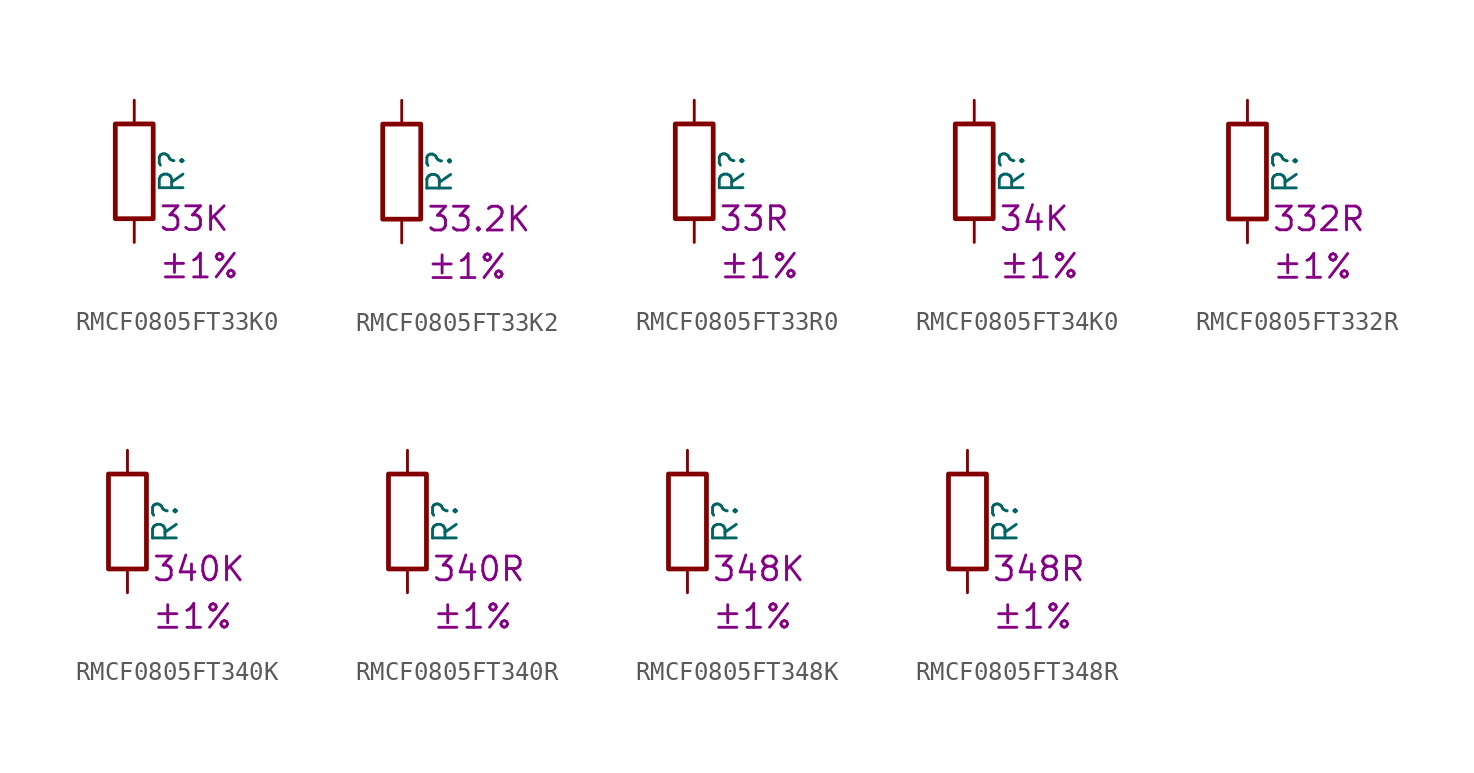
<source format=kicad_sym>
(kicad_symbol_lib
  (version 20220914)
  (generator kicad_symbol_editor)
  (symbol "RMCF0805FT33K0"
    (pin_numbers hide)
    (pin_names
      (offset 0))
    (property "Reference" "R"
      (at 2.032 0 90)
      (effects (font (size 1.27 1.27))))
    (property "Resistance" "33K"
      (at 1.27 -2.54 0)
      (effects (font (size 1.27 1.27)) (justify left)))
    (property "Tolerance" "±1%"
      (at 1.27 -5.08 0)
      (effects (font (size 1.27 1.27)) (justify left)))
    (symbol "RMCF0805FT33K0_0_1"
      (rectangle (start -1.016 -2.54) (end 1.016 2.54) (stroke (width 0.254) (type default)) (fill (type none))))
    (symbol "RMCF0805FT33K0_1_1"
      (pin passive line (at 0 3.81 270) (length 1.27) (name "~" (effects (font (size 1.27 1.27)))) (number "1" (effects (font (size 1.27 1.27)))))
      (pin passive line (at 0 -3.81 90) (length 1.27) (name "~" (effects (font (size 1.27 1.27)))) (number "2" (effects (font (size 1.27 1.27)))))))
  (symbol "RMCF0805FT33K2"
    (pin_numbers hide)
    (pin_names
      (offset 0))
    (property "Reference" "R"
      (at 2.032 0 90)
      (effects (font (size 1.27 1.27))))
    (property "Resistance" "33.2K"
      (at 1.27 -2.54 0)
      (effects (font (size 1.27 1.27)) (justify left)))
    (property "Tolerance" "±1%"
      (at 1.27 -5.08 0)
      (effects (font (size 1.27 1.27)) (justify left)))
    (symbol "RMCF0805FT33K2_0_1"
      (rectangle (start -1.016 -2.54) (end 1.016 2.54) (stroke (width 0.254) (type default)) (fill (type none))))
    (symbol "RMCF0805FT33K2_1_1"
      (pin passive line (at 0 3.81 270) (length 1.27) (name "~" (effects (font (size 1.27 1.27)))) (number "1" (effects (font (size 1.27 1.27)))))
      (pin passive line (at 0 -3.81 90) (length 1.27) (name "~" (effects (font (size 1.27 1.27)))) (number "2" (effects (font (size 1.27 1.27)))))))
  (symbol "RMCF0805FT33R0"
    (pin_numbers hide)
    (pin_names
      (offset 0))
    (property "Reference" "R"
      (at 2.032 0 90)
      (effects (font (size 1.27 1.27))))
    (property "Resistance" "33R"
      (at 1.27 -2.54 0)
      (effects (font (size 1.27 1.27)) (justify left)))
    (property "Tolerance" "±1%"
      (at 1.27 -5.08 0)
      (effects (font (size 1.27 1.27)) (justify left)))
    (symbol "RMCF0805FT33R0_0_1"
      (rectangle (start -1.016 -2.54) (end 1.016 2.54) (stroke (width 0.254) (type default)) (fill (type none))))
    (symbol "RMCF0805FT33R0_1_1"
      (pin passive line (at 0 3.81 270) (length 1.27) (name "~" (effects (font (size 1.27 1.27)))) (number "1" (effects (font (size 1.27 1.27)))))
      (pin passive line (at 0 -3.81 90) (length 1.27) (name "~" (effects (font (size 1.27 1.27)))) (number "2" (effects (font (size 1.27 1.27)))))))
  (symbol "RMCF0805FT34K0"
    (pin_numbers hide)
    (pin_names
      (offset 0))
    (property "Reference" "R"
      (at 2.032 0 90)
      (effects (font (size 1.27 1.27))))
    (property "Resistance" "34K"
      (at 1.27 -2.54 0)
      (effects (font (size 1.27 1.27)) (justify left)))
    (property "Tolerance" "±1%"
      (at 1.27 -5.08 0)
      (effects (font (size 1.27 1.27)) (justify left)))
    (symbol "RMCF0805FT34K0_0_1"
      (rectangle (start -1.016 -2.54) (end 1.016 2.54) (stroke (width 0.254) (type default)) (fill (type none))))
    (symbol "RMCF0805FT34K0_1_1"
      (pin passive line (at 0 3.81 270) (length 1.27) (name "~" (effects (font (size 1.27 1.27)))) (number "1" (effects (font (size 1.27 1.27)))))
      (pin passive line (at 0 -3.81 90) (length 1.27) (name "~" (effects (font (size 1.27 1.27)))) (number "2" (effects (font (size 1.27 1.27)))))))
  (symbol "RMCF0805FT332R"
    (pin_numbers hide)
    (pin_names
      (offset 0))
    (property "Reference" "R"
      (at 2.032 0 90)
      (effects (font (size 1.27 1.27))))
    (property "Resistance" "332R"
      (at 1.27 -2.54 0)
      (effects (font (size 1.27 1.27)) (justify left)))
    (property "Tolerance" "±1%"
      (at 1.27 -5.08 0)
      (effects (font (size 1.27 1.27)) (justify left)))
    (symbol "RMCF0805FT332R_0_1"
      (rectangle (start -1.016 -2.54) (end 1.016 2.54) (stroke (width 0.254) (type default)) (fill (type none))))
    (symbol "RMCF0805FT332R_1_1"
      (pin passive line (at 0 3.81 270) (length 1.27) (name "~" (effects (font (size 1.27 1.27)))) (number "1" (effects (font (size 1.27 1.27)))))
      (pin passive line (at 0 -3.81 90) (length 1.27) (name "~" (effects (font (size 1.27 1.27)))) (number "2" (effects (font (size 1.27 1.27)))))))
  (symbol "RMCF0805FT340K"
    (pin_numbers hide)
    (pin_names
      (offset 0))
    (property "Reference" "R"
      (at 2.032 0 90)
      (effects (font (size 1.27 1.27))))
    (property "Resistance" "340K"
      (at 1.27 -2.54 0)
      (effects (font (size 1.27 1.27)) (justify left)))
    (property "Tolerance" "±1%"
      (at 1.27 -5.08 0)
      (effects (font (size 1.27 1.27)) (justify left)))
    (symbol "RMCF0805FT340K_0_1"
      (rectangle (start -1.016 -2.54) (end 1.016 2.54) (stroke (width 0.254) (type default)) (fill (type none))))
    (symbol "RMCF0805FT340K_1_1"
      (pin passive line (at 0 3.81 270) (length 1.27) (name "~" (effects (font (size 1.27 1.27)))) (number "1" (effects (font (size 1.27 1.27)))))
      (pin passive line (at 0 -3.81 90) (length 1.27) (name "~" (effects (font (size 1.27 1.27)))) (number "2" (effects (font (size 1.27 1.27)))))))
  (symbol "RMCF0805FT340R"
    (pin_numbers hide)
    (pin_names
      (offset 0))
    (property "Reference" "R"
      (at 2.032 0 90)
      (effects (font (size 1.27 1.27))))
    (property "Resistance" "340R"
      (at 1.27 -2.54 0)
      (effects (font (size 1.27 1.27)) (justify left)))
    (property "Tolerance" "±1%"
      (at 1.27 -5.08 0)
      (effects (font (size 1.27 1.27)) (justify left)))
    (symbol "RMCF0805FT340R_0_1"
      (rectangle (start -1.016 -2.54) (end 1.016 2.54) (stroke (width 0.254) (type default)) (fill (type none))))
    (symbol "RMCF0805FT340R_1_1"
      (pin passive line (at 0 3.81 270) (length 1.27) (name "~" (effects (font (size 1.27 1.27)))) (number "1" (effects (font (size 1.27 1.27)))))
      (pin passive line (at 0 -3.81 90) (length 1.27) (name "~" (effects (font (size 1.27 1.27)))) (number "2" (effects (font (size 1.27 1.27)))))))
  (symbol "RMCF0805FT348K"
    (pin_numbers hide)
    (pin_names
      (offset 0))
    (property "Reference" "R"
      (at 2.032 0 90)
      (effects (font (size 1.27 1.27))))
    (property "Resistance" "348K"
      (at 1.27 -2.54 0)
      (effects (font (size 1.27 1.27)) (justify left)))
    (property "Tolerance" "±1%"
      (at 1.27 -5.08 0)
      (effects (font (size 1.27 1.27)) (justify left)))
    (symbol "RMCF0805FT348K_0_1"
      (rectangle (start -1.016 -2.54) (end 1.016 2.54) (stroke (width 0.254) (type default)) (fill (type none))))
    (symbol "RMCF0805FT348K_1_1"
      (pin passive line (at 0 3.81 270) (length 1.27) (name "~" (effects (font (size 1.27 1.27)))) (number "1" (effects (font (size 1.27 1.27)))))
      (pin passive line (at 0 -3.81 90) (length 1.27) (name "~" (effects (font (size 1.27 1.27)))) (number "2" (effects (font (size 1.27 1.27)))))))
  (symbol "RMCF0805FT348R"
    (pin_numbers hide)
    (pin_names
      (offset 0))
    (property "Reference" "R"
      (at 2.032 0 90)
      (effects (font (size 1.27 1.27))))
    (property "Resistance" "348R"
      (at 1.27 -2.54 0)
      (effects (font (size 1.27 1.27)) (justify left)))
    (property "Tolerance" "±1%"
      (at 1.27 -5.08 0)
      (effects (font (size 1.27 1.27)) (justify left)))
    (symbol "RMCF0805FT348R_0_1"
      (rectangle (start -1.016 -2.54) (end 1.016 2.54) (stroke (width 0.254) (type default)) (fill (type none))))
    (symbol "RMCF0805FT348R_1_1"
      (pin passive line (at 0 3.81 270) (length 1.27) (name "~" (effects (font (size 1.27 1.27)))) (number "1" (effects (font (size 1.27 1.27)))))
      (pin passive line (at 0 -3.81 90) (length 1.27) (name "~" (effects (font (size 1.27 1.27)))) (number "2" (effects (font (size 1.27 1.27))))))))
</source>
